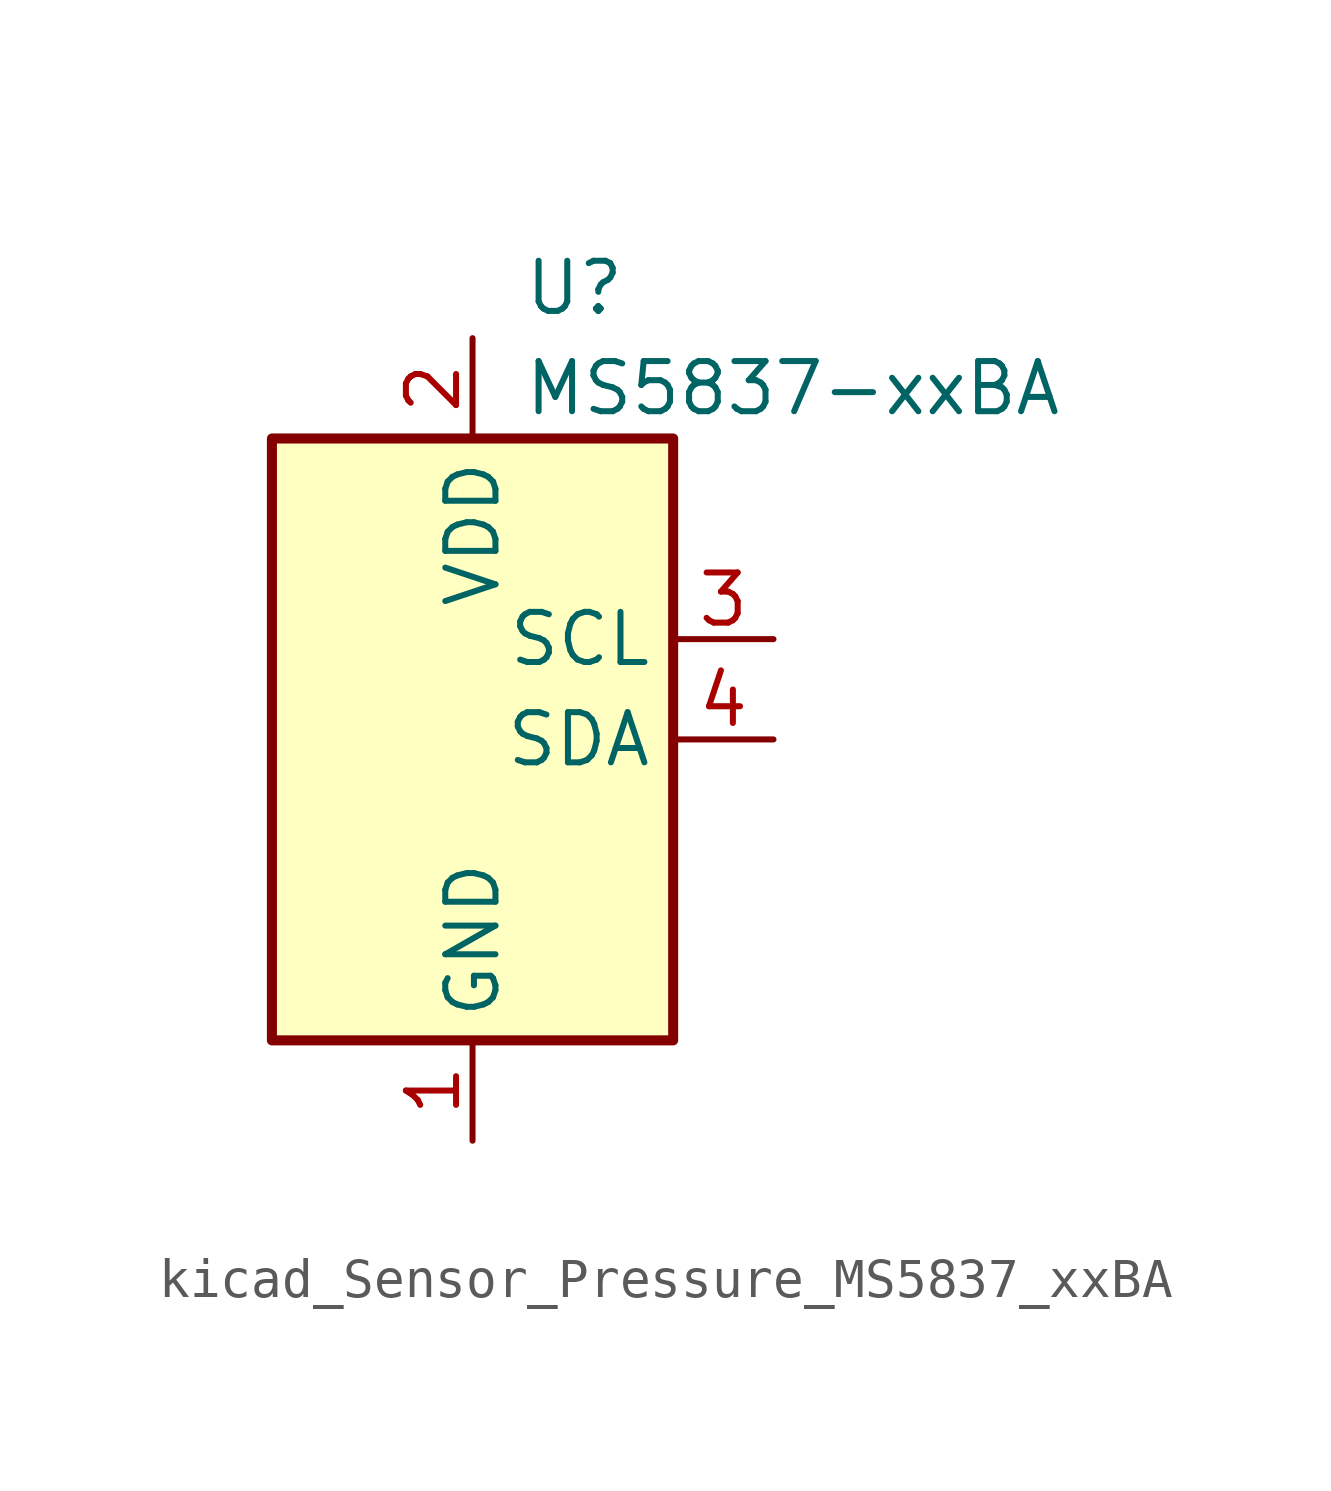
<source format=kicad_sym>
(kicad_symbol_lib
  (version 20220914)
  (generator kicad_symbol_editor)
  (symbol "kicad_Sensor_Pressure_MS5837_xxBA"
    (property "Reference" "U"
      (at 1.27 11.43 0)
      (effects (font (size 1.27 1.27)) (justify left)))
    (property "Value" "MS5837-xxBA"
      (at 1.27 8.89 0)
      (effects (font (size 1.27 1.27)) (justify left)))
    (symbol "kicad_Sensor_Pressure_MS5837_xxBA_0_1"
      (rectangle (start -5.08 7.62) (end 5.08 -7.62) (stroke (width 0.254) (type default)) (fill (type background))))
    (symbol "kicad_Sensor_Pressure_MS5837_xxBA_1_1"
      (pin power_in line (at 0 -10.16 90) (length 2.54) (name "GND" (effects (font (size 1.27 1.27)))) (number "1" (effects (font (size 1.27 1.27)))))
      (pin power_in line (at 0 10.16 270) (length 2.54) (name "VDD" (effects (font (size 1.27 1.27)))) (number "2" (effects (font (size 1.27 1.27)))))
      (pin passive line (at 7.62 2.54 180) (length 2.54) (name "SCL" (effects (font (size 1.27 1.27)))) (number "3" (effects (font (size 1.27 1.27)))))
      (pin bidirectional line (at 7.62 0 180) (length 2.54) (name "SDA" (effects (font (size 1.27 1.27)))) (number "4" (effects (font (size 1.27 1.27))))))))
</source>
